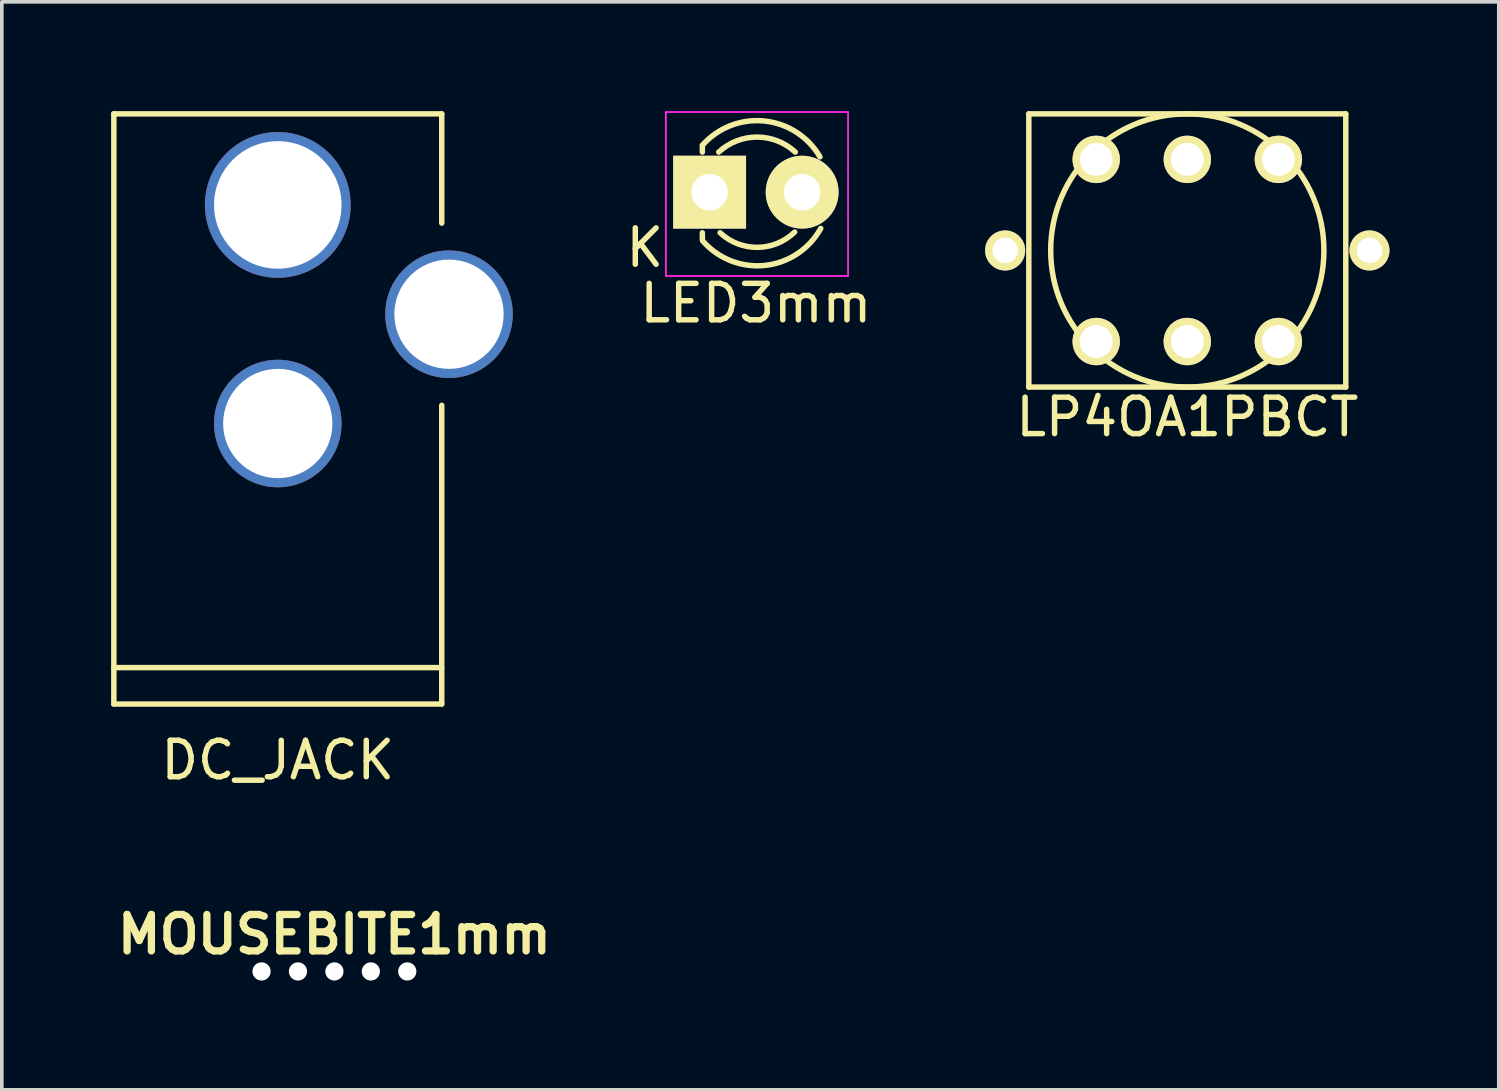
<source format=kicad_pcb>
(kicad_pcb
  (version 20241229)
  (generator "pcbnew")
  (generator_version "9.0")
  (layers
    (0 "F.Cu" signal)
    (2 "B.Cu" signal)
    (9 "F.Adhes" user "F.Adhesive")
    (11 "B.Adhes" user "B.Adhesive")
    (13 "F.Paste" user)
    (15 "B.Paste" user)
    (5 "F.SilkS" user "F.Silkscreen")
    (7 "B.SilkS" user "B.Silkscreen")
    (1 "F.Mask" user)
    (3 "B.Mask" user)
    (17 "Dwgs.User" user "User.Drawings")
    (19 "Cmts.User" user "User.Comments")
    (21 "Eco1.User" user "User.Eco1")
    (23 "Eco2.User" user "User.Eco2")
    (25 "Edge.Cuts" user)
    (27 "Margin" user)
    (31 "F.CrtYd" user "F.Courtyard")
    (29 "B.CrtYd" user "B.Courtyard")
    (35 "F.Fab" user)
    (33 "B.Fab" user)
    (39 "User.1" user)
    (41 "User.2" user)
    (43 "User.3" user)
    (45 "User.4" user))
  (footprint "MOUSEBITE1mm"
    (layer "F.Cu")
    (at 6.129 23.615)
    (property "Reference" "MOUSEBITE1mm" (at 0 -1.016 0) (layer "F.SilkS") (effects (font (size 1 1) (thickness 0.2))))
    (attr through_hole)
    (pad "" np_thru_hole circle (at -2 0) (size 0.5 0.5) (drill 0.5) (layers "*.Cu"))
    (pad "" np_thru_hole circle (at -1 0) (size 0.5 0.5) (drill 0.5) (layers "*.Cu"))
    (pad "" np_thru_hole circle (at 0 0) (size 0.5 0.5) (drill 0.5) (layers "*.Cu"))
    (pad "" np_thru_hole circle (at 1 0) (size 0.5 0.5) (drill 0.5) (layers "*.Cu"))
    (pad "" np_thru_hole circle (at 2 0) (size 0.5 0.5) (drill 0.5) (layers "*.Cu")))
  (footprint "LP4OA1PBCT"
    (layer "F.Cu")
    (at 29.54 3.825)
    (property "Reference" "LP4OA1PBCT" (at 0 4.572 0) (layer "F.SilkS") (effects (font (size 1 1) (thickness 0.15))))
    (attr through_hole)
    (fp_line (start -4.35 -3.75) (end -4.35 3.75) (stroke (width 0.15) (type solid)) (layer "F.SilkS"))
    (fp_line (start -4.35 -3.75) (end 4.35 -3.75) (stroke (width 0.15) (type solid)) (layer "F.SilkS"))
    (fp_line (start -4.35 3.75) (end 4.35 3.75) (stroke (width 0.15) (type solid)) (layer "F.SilkS"))
    (fp_line (start 4.35 -3.75) (end 4.35 3.75) (stroke (width 0.15) (type solid)) (layer "F.SilkS"))
    (fp_circle (center 0 0) (end 3.75 0) (stroke (width 0.15) (type solid)) (fill no) (layer "F.SilkS"))
    (pad "1" thru_hole circle (at 2.5 -2.5) (size 1.3 1.3) (drill 0.9) (layers "*.Cu" "*.Mask" "F.SilkS"))
    (pad "2" thru_hole circle (at 0 -2.5) (size 1.3 1.3) (drill 0.9) (layers "*.Cu" "*.Mask" "F.SilkS"))
    (pad "3" thru_hole circle (at -2.5 -2.5) (size 1.3 1.3) (drill 0.9) (layers "*.Cu" "*.Mask" "F.SilkS"))
    (pad "4" thru_hole circle (at 2.5 2.5) (size 1.3 1.3) (drill 0.9) (layers "*.Cu" "*.Mask" "F.SilkS"))
    (pad "5" thru_hole circle (at 0 2.5) (size 1.3 1.3) (drill 0.9) (layers "*.Cu" "*.Mask" "F.SilkS"))
    (pad "6" thru_hole circle (at -2.5 2.5) (size 1.3 1.3) (drill 0.9) (layers "*.Cu" "*.Mask" "F.SilkS"))
    (pad "L1" thru_hole circle (at 5 0) (size 1.1 1.1) (drill 0.7) (layers "*.Cu" "*.Mask" "F.SilkS"))
    (pad "L2" thru_hole circle (at -5 0) (size 1.1 1.1) (drill 0.7) (layers "*.Cu" "*.Mask" "F.SilkS")))
  (footprint "LED3mm"
    (layer "F.Cu")
    (at 17.698 2.225)
    (property "Reference" "LED3mm" (at 0 3.048 0) (layer "F.SilkS") (effects (font (size 1 1) (thickness 0.15))))
    (attr through_hole)
    (fp_line (start -1.469 -1.28) (end -1.469 -1.1) (stroke (width 0.15) (type solid)) (layer "F.SilkS"))
    (fp_line (start -1.469 1.314) (end -1.469 1.114) (stroke (width 0.15) (type solid)) (layer "F.SilkS"))
    (fp_arc (start -1.469 -1.286) (mid 0.225903 -1.954571) (end 1.758744 -0.969643) (stroke (width 0.15) (type solid)) (layer "F.SilkS"))
    (fp_arc (start -1.02 -1.1) (mid 0.031686 -1.512142) (end 1.083005 -1.099067) (stroke (width 0.15) (type solid)) (layer "F.SilkS"))
    (fp_arc (start 1.065 1.094) (mid 0.04492 1.51473) (end -0.982889 1.113252) (stroke (width 0.15) (type solid)) (layer "F.SilkS"))
    (fp_arc (start 1.781 0.994) (mid 0.252637 2.009958) (end -1.45622 1.340726) (stroke (width 0.15) (type solid)) (layer "F.SilkS"))
    (fp_line (start -2.47 -2.2) (end -2.47 2.3) (stroke (width 0.05) (type solid)) (layer "F.CrtYd"))
    (fp_line (start -2.47 2.3) (end 2.53 2.3) (stroke (width 0.05) (type solid)) (layer "F.CrtYd"))
    (fp_line (start 2.53 -2.2) (end -2.47 -2.2) (stroke (width 0.05) (type solid)) (layer "F.CrtYd"))
    (fp_line (start 2.53 2.3) (end 2.53 -2.2) (stroke (width 0.05) (type solid)) (layer "F.CrtYd"))
    (fp_text user "K" (at -3.048 1.524 0) (layer "F.SilkS") (effects (font (size 1 1) (thickness 0.15))))
    (pad "1" thru_hole rect (at -1.27 0 90) (size 2 2) (drill 1.001) (layers "*.Cu" "*.Mask" "F.SilkS"))
    (pad "2" thru_hole circle (at 1.27 0) (size 2 2) (drill 1.001) (layers "*.Cu" "*.Mask" "F.SilkS")))
  (footprint "DC_JACK"
    (layer "F.Cu")
    (at 4.575 2.575)
    (property "Reference" "DC_JACK" (at 0 15.24 0) (layer "F.SilkS") (effects (font (size 1 1) (thickness 0.15))))
    (attr through_hole)
    (fp_line (start -4.5 -2.5) (end 4.5 -2.5) (stroke (width 0.15) (type solid)) (layer "F.SilkS"))
    (fp_line (start -4.5 12.7) (end 4.5 12.7) (stroke (width 0.15) (type solid)) (layer "F.SilkS"))
    (fp_line (start -4.5 13.7) (end -4.5 -2.5) (stroke (width 0.15) (type solid)) (layer "F.SilkS"))
    (fp_line (start -4.5 13.7) (end 4.5 13.7) (stroke (width 0.15) (type solid)) (layer "F.SilkS"))
    (fp_line (start 4.5 -2.5) (end 4.5 0.5) (stroke (width 0.15) (type solid)) (layer "F.SilkS"))
    (fp_line (start 4.5 5.5) (end 4.5 13.7) (stroke (width 0.15) (type solid)) (layer "F.SilkS"))
    (pad "1" thru_hole circle (at 0 0) (size 4 4) (drill 3.5) (layers "*.Cu" "*.Mask"))
    (pad "2" thru_hole circle (at 0 6) (size 3.5 3.5) (drill 3) (layers "*.Cu" "*.Mask"))
    (pad "3" thru_hole circle (at 4.7 3) (size 3.5 3.5) (drill 3) (layers "*.Cu" "*.Mask")))
  (gr_rect
    (start -3 -3)
    (end 38.09 26.865)
    (stroke (width 0.1) (type default))
    (fill no)
    (layer "Edge.Cuts")))
</source>
